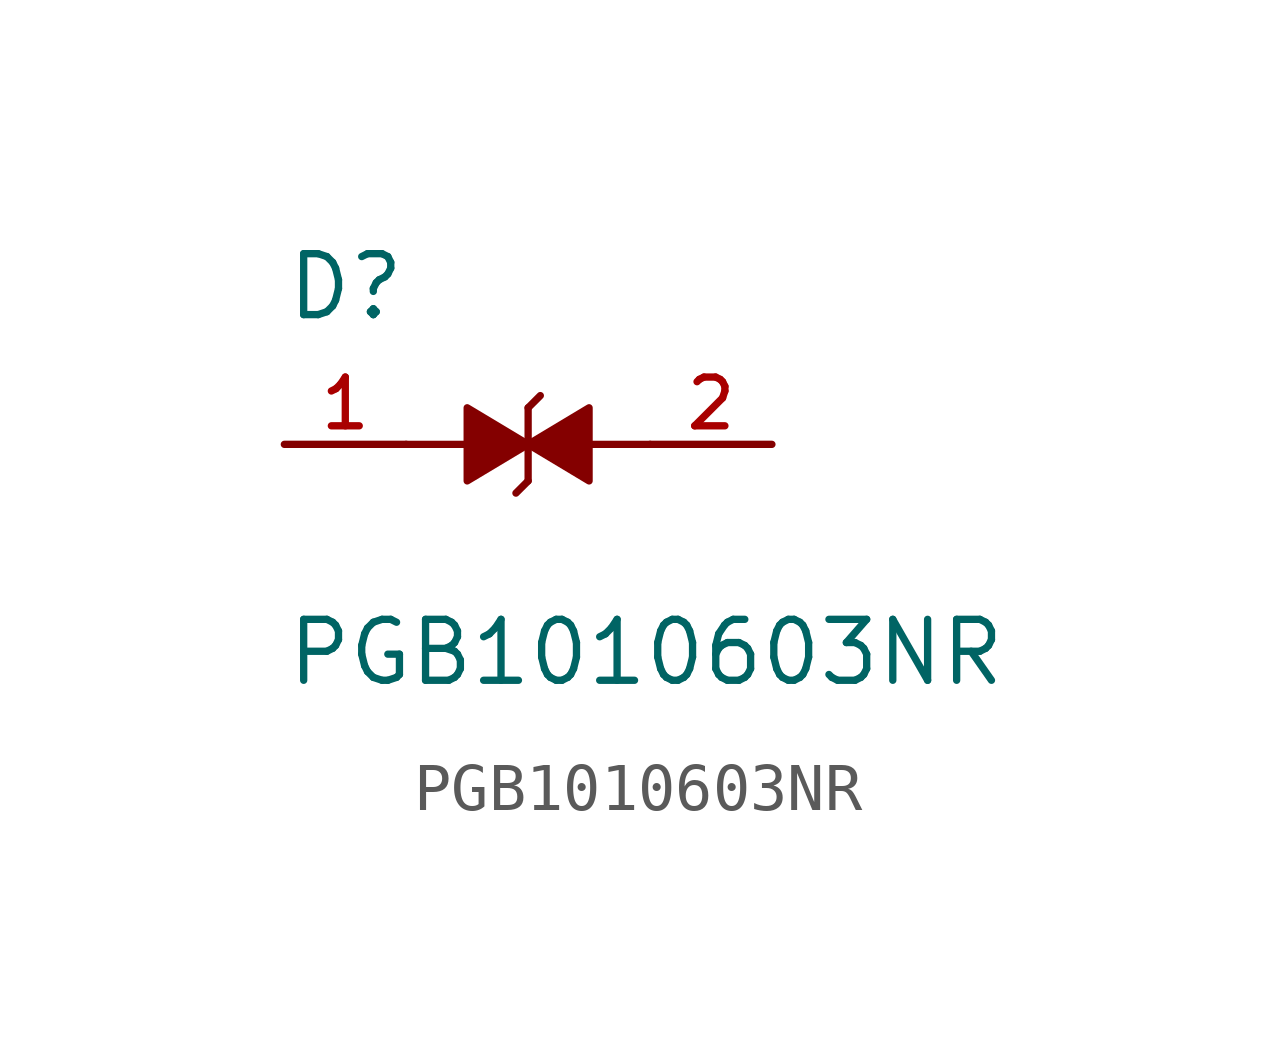
<source format=kicad_sym>
(kicad_symbol_lib
  (version 20211014)
  (generator kicad_symbol_editor)
  (symbol "PGB1010603NR"
    (pin_names
      (offset 1.016))
    (property "Reference" "D"
      (at -5.08 2.54 0)
      (effects (font (size 1.27 1.27)) (justify bottom left)))
    (property "Value" "PGB1010603NR"
      (at -5.08 -5.08 0)
      (effects (font (size 1.27 1.27)) (justify bottom left)))
    (symbol "PGB1010603NR_0_0"
      (polyline (pts (xy 0.0 0.0) (xy -1.27 -0.762) (xy -1.27 0.762) (xy 0.0 0.0)) (stroke (width 0.152)) (fill (type outline)))
      (polyline (pts (xy 0.0 -0.762) (xy 0.0 0.762)) (stroke (width 0.152)))
      (polyline (pts (xy 0.0 0.0) (xy 1.27 0.762) (xy 1.27 -0.762) (xy 0.0 0.0)) (stroke (width 0.152)) (fill (type outline)))
      (polyline (pts (xy 0.0 -0.762) (xy -0.254 -1.016)) (stroke (width 0.152)))
      (polyline (pts (xy 0.0 0.762) (xy 0.254 1.016)) (stroke (width 0.152)))
      (polyline (pts (xy 1.27 0.0) (xy 2.54 0.0)) (stroke (width 0.152)))
      (polyline (pts (xy -1.27 0.0) (xy -2.54 0.0)) (stroke (width 0.152)))
      (pin passive line (at -5.08 0.0 0) (length 2.54) (name "~" (effects (font (size 1.016 1.016)))) (number "1" (effects (font (size 1.016 1.016)))))
      (pin passive line (at 5.08 0.0 180.0) (length 2.54) (name "~" (effects (font (size 1.016 1.016)))) (number "2" (effects (font (size 1.016 1.016))))))))
</source>
